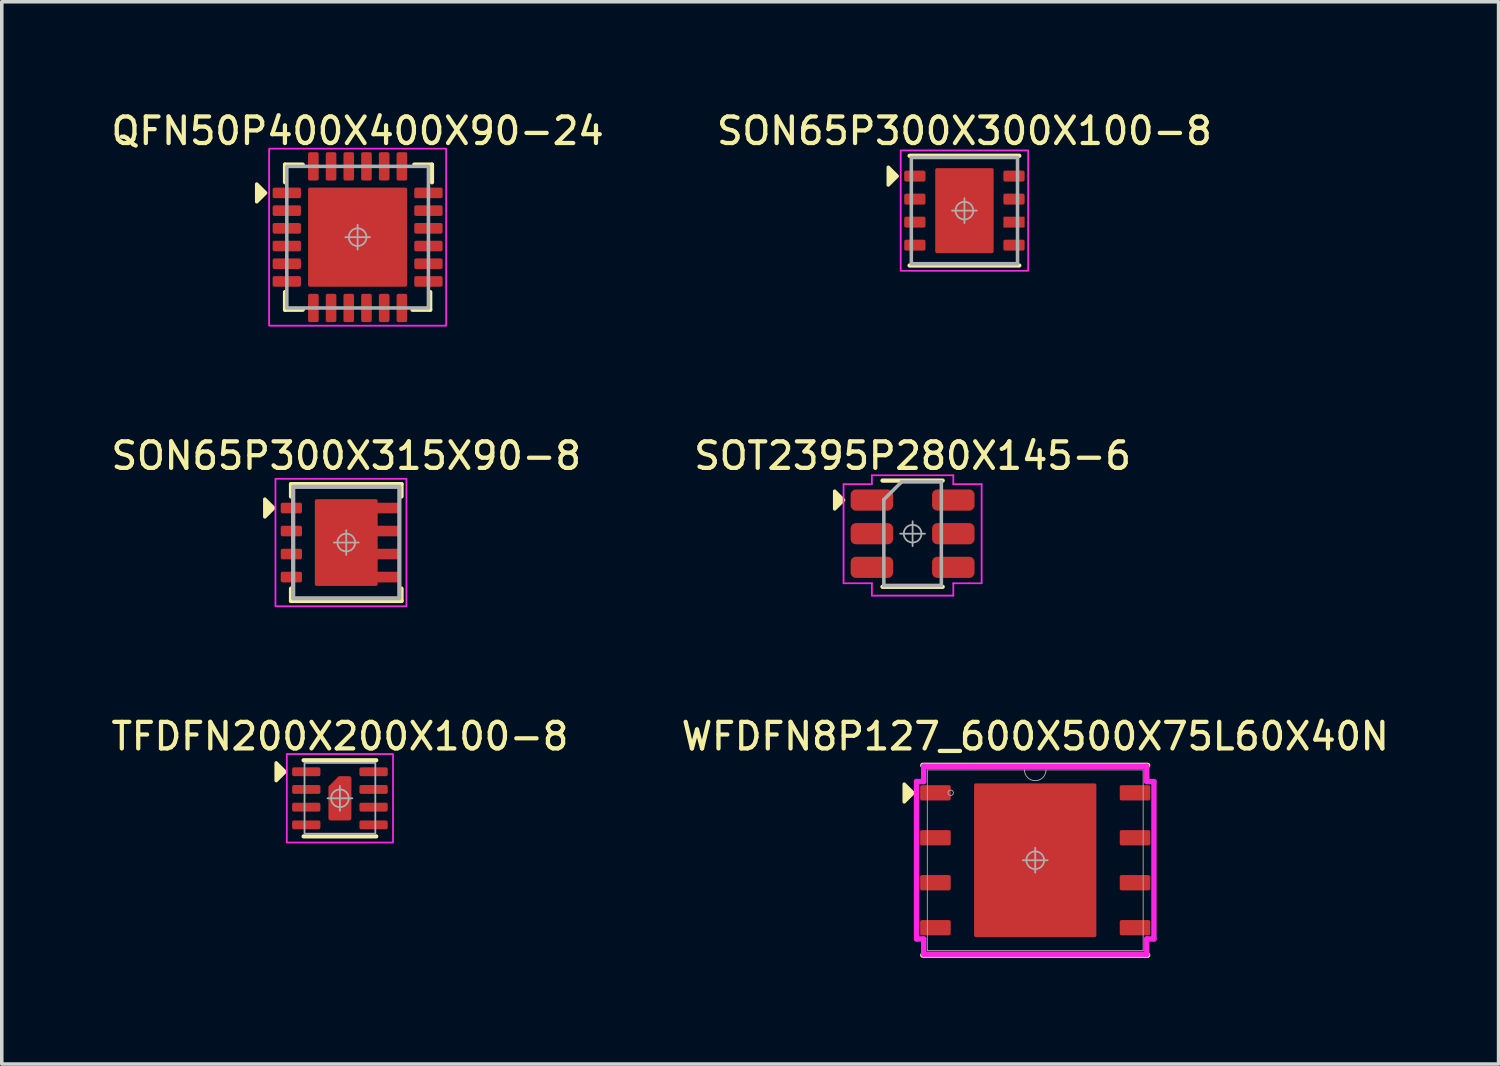
<source format=kicad_pcb>
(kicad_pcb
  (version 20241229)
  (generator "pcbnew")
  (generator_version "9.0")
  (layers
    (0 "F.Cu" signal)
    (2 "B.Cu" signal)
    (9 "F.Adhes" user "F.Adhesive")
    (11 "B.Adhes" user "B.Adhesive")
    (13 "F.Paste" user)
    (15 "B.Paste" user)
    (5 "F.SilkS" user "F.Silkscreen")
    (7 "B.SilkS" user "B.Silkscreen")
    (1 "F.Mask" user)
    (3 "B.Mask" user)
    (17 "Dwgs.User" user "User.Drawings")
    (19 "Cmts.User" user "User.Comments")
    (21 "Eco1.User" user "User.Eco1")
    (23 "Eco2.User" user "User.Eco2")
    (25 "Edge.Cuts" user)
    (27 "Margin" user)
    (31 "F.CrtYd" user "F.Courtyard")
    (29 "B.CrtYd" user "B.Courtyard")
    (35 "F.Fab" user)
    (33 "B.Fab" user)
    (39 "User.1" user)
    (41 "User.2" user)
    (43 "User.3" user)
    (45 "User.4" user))
  (footprint "SON65P300X300X100-8"
    (layer "F.Cu")
    (at 24.19 2.899)
    (property "Reference" "SON65P300X300X100-8" (at 0 -2.25 0) (unlocked yes) (layer "F.SilkS") (effects (font (size 0.75 0.75) (thickness 0.12))))
    (attr smd)
    (fp_line (start -1.55 1.55) (end 1.55 1.55) (stroke (width 0.12) (type solid)) (layer "F.SilkS"))
    (fp_line (start 1.55 -1.55) (end -1.55 -1.55) (stroke (width 0.12) (type solid)) (layer "F.SilkS"))
    (fp_poly (pts (xy -1.9 -0.975) (xy -2.15 -0.725) (xy -2.15 -1.225)) (stroke (width 0.1) (type solid)) (fill yes) (layer "F.SilkS"))
    (fp_rect (start -0.705 -1.11) (end 0.705 -0.15) (stroke (width 0.1) (type solid)) (fill yes) (layer "F.Paste"))
    (fp_rect (start -0.705 0.15) (end 0.705 1.11) (stroke (width 0.1) (type solid)) (fill yes) (layer "F.Paste"))
    (fp_rect (start -1.8 -1.7) (end 1.8 1.7) (stroke (width 0.05) (type default)) (fill no) (layer "F.CrtYd"))
    (fp_line (start 0 -0.35) (end 0 0.35) (stroke (width 0.05) (type solid)) (layer "F.Fab"))
    (fp_line (start 0.35 0) (end -0.35 0) (stroke (width 0.05) (type solid)) (layer "F.Fab"))
    (fp_rect (start -1.5 -1.5) (end 1.5 1.5) (stroke (width 0.1) (type solid)) (fill no) (layer "F.Fab"))
    (fp_circle (center 0 0) (end 0 0.25) (stroke (width 0.05) (type solid)) (fill no) (layer "F.Fab"))
    (pad "1" smd roundrect (at -1.4 -0.975) (size 0.6 0.31) (layers "F.Cu" "F.Mask" "F.Paste") (roundrect_rratio 0.161))
    (pad "2" smd roundrect (at -1.4 -0.325) (size 0.6 0.31) (layers "F.Cu" "F.Mask" "F.Paste") (roundrect_rratio 0.161))
    (pad "3" smd roundrect (at -1.4 0.325) (size 0.6 0.31) (layers "F.Cu" "F.Mask" "F.Paste") (roundrect_rratio 0.161))
    (pad "4" smd roundrect (at -1.4 0.975) (size 0.6 0.31) (layers "F.Cu" "F.Mask" "F.Paste") (roundrect_rratio 0.161))
    (pad "5" smd roundrect (at 1.4 0.975) (size 0.6 0.31) (layers "F.Cu" "F.Mask" "F.Paste") (roundrect_rratio 0.161))
    (pad "6" smd roundrect (at 1.4 0.325) (size 0.6 0.31) (layers "F.Cu" "F.Mask" "F.Paste") (roundrect_rratio 0.072))
    (pad "7" smd roundrect (at 1.4 -0.325) (size 0.6 0.31) (layers "F.Cu" "F.Mask" "F.Paste") (roundrect_rratio 0.161))
    (pad "8" smd roundrect (at 1.4 -0.975) (size 0.6 0.31) (layers "F.Cu" "F.Mask" "F.Paste") (roundrect_rratio 0.161))
    (pad "9" smd roundrect (at 0 0) (size 1.65 2.4) (layers "F.Cu" "F.Mask") (roundrect_rratio 0.03)))
  (footprint "QFN50P400X400X90-24"
    (layer "F.Cu")
    (at 7.051 3.649)
    (property "Reference" "QFN50P400X400X90-24" (at 0 -3 0) (unlocked yes) (layer "F.SilkS") (effects (font (size 0.75 0.75) (thickness 0.12))))
    (attr smd)
    (fp_line (start -2.05 -2.05) (end -2.05 -1.55) (stroke (width 0.12) (type solid)) (layer "F.SilkS"))
    (fp_line (start -2.05 -2.05) (end -1.55 -2.05) (stroke (width 0.12) (type solid)) (layer "F.SilkS"))
    (fp_line (start -2.05 2.05) (end -2.05 1.55) (stroke (width 0.12) (type solid)) (layer "F.SilkS"))
    (fp_line (start -2.05 2.05) (end -1.55 2.05) (stroke (width 0.12) (type solid)) (layer "F.SilkS"))
    (fp_line (start 2.05 2.05) (end 1.55 2.05) (stroke (width 0.12) (type solid)) (layer "F.SilkS"))
    (fp_line (start 2.05 2.05) (end 2.05 1.55) (stroke (width 0.12) (type solid)) (layer "F.SilkS"))
    (fp_line (start 2.1 -2.05) (end 1.6 -2.05) (stroke (width 0.12) (type solid)) (layer "F.SilkS"))
    (fp_line (start 2.1 -2.05) (end 2.1 -1.55) (stroke (width 0.12) (type solid)) (layer "F.SilkS"))
    (fp_poly (pts (xy -2.6 -1.25) (xy -2.85 -1) (xy -2.85 -1.5)) (stroke (width 0.1) (type solid)) (fill yes) (layer "F.SilkS"))
    (fp_rect (start -2.5 -2.5) (end 2.5 2.5) (stroke (width 0.05) (type default)) (fill no) (layer "F.CrtYd"))
    (fp_line (start 0 -0.35) (end 0 0.35) (stroke (width 0.05) (type solid)) (layer "F.Fab"))
    (fp_line (start 0.35 0) (end -0.35 0) (stroke (width 0.05) (type solid)) (layer "F.Fab"))
    (fp_rect (start -2 -2) (end 2 2) (stroke (width 0.1) (type solid)) (fill no) (layer "F.Fab"))
    (fp_circle (center 0 0) (end 0 0.25) (stroke (width 0.05) (type solid)) (fill no) (layer "F.Fab"))
    (pad "1" smd roundrect (at -2 -1.25) (size 0.8 0.3) (layers "F.Cu" "F.Mask" "F.Paste") (roundrect_rratio 0.167))
    (pad "2" smd roundrect (at -2 -0.75) (size 0.8 0.3) (layers "F.Cu" "F.Mask" "F.Paste") (roundrect_rratio 0.167))
    (pad "3" smd roundrect (at -2 -0.25) (size 0.8 0.3) (layers "F.Cu" "F.Mask" "F.Paste") (roundrect_rratio 0.167))
    (pad "4" smd roundrect (at -2 0.25) (size 0.8 0.3) (layers "F.Cu" "F.Mask" "F.Paste") (roundrect_rratio 0.167))
    (pad "5" smd roundrect (at -2 0.75) (size 0.8 0.3) (layers "F.Cu" "F.Mask" "F.Paste") (roundrect_rratio 0.167))
    (pad "6" smd roundrect (at -2 1.25) (size 0.8 0.3) (layers "F.Cu" "F.Mask" "F.Paste") (roundrect_rratio 0.167))
    (pad "7" smd roundrect (at -1.25 2 90) (size 0.8 0.3) (layers "F.Cu" "F.Mask" "F.Paste") (roundrect_rratio 0.167))
    (pad "8" smd roundrect (at -0.75 2 90) (size 0.8 0.3) (layers "F.Cu" "F.Mask" "F.Paste") (roundrect_rratio 0.167))
    (pad "9" smd roundrect (at -0.25 2 90) (size 0.8 0.3) (layers "F.Cu" "F.Mask" "F.Paste") (roundrect_rratio 0.167))
    (pad "10" smd roundrect (at 0.25 2 90) (size 0.8 0.3) (layers "F.Cu" "F.Mask" "F.Paste") (roundrect_rratio 0.167))
    (pad "11" smd roundrect (at 0.75 2 90) (size 0.8 0.3) (layers "F.Cu" "F.Mask" "F.Paste") (roundrect_rratio 0.167))
    (pad "12" smd roundrect (at 1.25 2 90) (size 0.8 0.3) (layers "F.Cu" "F.Mask" "F.Paste") (roundrect_rratio 0.167))
    (pad "13" smd roundrect (at 2 1.25) (size 0.8 0.3) (layers "F.Cu" "F.Mask" "F.Paste") (roundrect_rratio 0.167))
    (pad "14" smd roundrect (at 2 0.75) (size 0.8 0.3) (layers "F.Cu" "F.Mask" "F.Paste") (roundrect_rratio 0.167))
    (pad "15" smd roundrect (at 2 0.25) (size 0.8 0.3) (layers "F.Cu" "F.Mask" "F.Paste") (roundrect_rratio 0.167))
    (pad "16" smd roundrect (at 2 -0.25) (size 0.8 0.3) (layers "F.Cu" "F.Mask" "F.Paste") (roundrect_rratio 0.167))
    (pad "17" smd roundrect (at 2 -0.75) (size 0.8 0.3) (layers "F.Cu" "F.Mask" "F.Paste") (roundrect_rratio 0.167))
    (pad "18" smd roundrect (at 2 -1.25) (size 0.8 0.3) (layers "F.Cu" "F.Mask" "F.Paste") (roundrect_rratio 0.167))
    (pad "19" smd roundrect (at 1.25 -2 90) (size 0.8 0.3) (layers "F.Cu" "F.Mask" "F.Paste") (roundrect_rratio 0.167))
    (pad "20" smd roundrect (at 0.75 -2 90) (size 0.8 0.3) (layers "F.Cu" "F.Mask" "F.Paste") (roundrect_rratio 0.167))
    (pad "21" smd roundrect (at 0.25 -2 90) (size 0.8 0.3) (layers "F.Cu" "F.Mask" "F.Paste") (roundrect_rratio 0.167))
    (pad "22" smd roundrect (at -0.25 -2 90) (size 0.8 0.3) (layers "F.Cu" "F.Mask" "F.Paste") (roundrect_rratio 0.167))
    (pad "23" smd roundrect (at -0.75 -2 90) (size 0.8 0.3) (layers "F.Cu" "F.Mask" "F.Paste") (roundrect_rratio 0.167))
    (pad "24" smd roundrect (at -1.25 -2 90) (size 0.8 0.3) (layers "F.Cu" "F.Mask" "F.Paste") (roundrect_rratio 0.167))
    (pad "25" smd roundrect (at 0 0) (size 2.8 2.8) (layers "F.Cu" "F.Mask" "F.Paste") (roundrect_rratio 0.018)))
  (footprint "SON65P300X315X90-8"
    (layer "F.Cu")
    (at 6.73 12.274)
    (property "Reference" "SON65P300X315X90-8" (at 0 -2.45 0) (unlocked yes) (layer "F.SilkS") (effects (font (size 0.75 0.75) (thickness 0.12))))
    (attr smd)
    (fp_line (start -1.56 -1.65) (end -1.56 -1.3) (stroke (width 0.12) (type default)) (layer "F.SilkS"))
    (fp_line (start -1.56 1.65) (end -1.56 1.3) (stroke (width 0.12) (type default)) (layer "F.SilkS"))
    (fp_line (start -1.56 1.65) (end 1.56 1.65) (stroke (width 0.12) (type default)) (layer "F.SilkS"))
    (fp_line (start 1.56 -1.65) (end -1.56 -1.65) (stroke (width 0.12) (type default)) (layer "F.SilkS"))
    (fp_line (start 1.56 -1.65) (end 1.56 -1.3) (stroke (width 0.12) (type default)) (layer "F.SilkS"))
    (fp_line (start 1.56 1.65) (end 1.56 1.3) (stroke (width 0.12) (type default)) (layer "F.SilkS"))
    (fp_poly (pts (xy -2.05 -0.975) (xy -2.3 -0.725) (xy -2.3 -1.225)) (stroke (width 0.1) (type solid)) (fill yes) (layer "F.SilkS"))
    (fp_rect (start -0.838 -1.175) (end -0.233 -0.15) (stroke (width 0.1) (type solid)) (fill yes) (layer "F.Paste"))
    (fp_rect (start -0.838 0.15) (end -0.233 1.175) (stroke (width 0.1) (type solid)) (fill yes) (layer "F.Paste"))
    (fp_rect (start 0.068 -1.175) (end 0.672 -0.15) (stroke (width 0.1) (type solid)) (fill yes) (layer "F.Paste"))
    (fp_rect (start 0.068 0.15) (end 0.672 1.175) (stroke (width 0.1) (type solid)) (fill yes) (layer "F.Paste"))
    (fp_rect (start 0.973 -1.075) (end 1.472 -0.875) (stroke (width 0.1) (type solid)) (fill yes) (layer "F.Paste"))
    (fp_rect (start 0.973 -0.425) (end 1.472 -0.225) (stroke (width 0.1) (type solid)) (fill yes) (layer "F.Paste"))
    (fp_rect (start 0.973 0.225) (end 1.472 0.425) (stroke (width 0.1) (type solid)) (fill yes) (layer "F.Paste"))
    (fp_rect (start 0.973 0.875) (end 1.472 1.075) (stroke (width 0.1) (type solid)) (fill yes) (layer "F.Paste"))
    (fp_rect (start -2 -1.8) (end 1.7 1.8) (stroke (width 0.05) (type default)) (fill no) (layer "F.CrtYd"))
    (fp_line (start 0 -0.35) (end 0 0.35) (stroke (width 0.05) (type solid)) (layer "F.Fab"))
    (fp_line (start 0.35 0) (end -0.35 0) (stroke (width 0.05) (type solid)) (layer "F.Fab"))
    (fp_rect (start -1.5 -1.575) (end 1.5 1.575) (stroke (width 0.12) (type solid)) (fill no) (layer "F.Fab"))
    (fp_circle (center 0 0) (end 0 0.25) (stroke (width 0.05) (type solid)) (fill no) (layer "F.Fab"))
    (pad "1" smd roundrect (at -1.55 -0.975) (size 0.6 0.3) (layers "F.Cu" "F.Mask" "F.Paste") (roundrect_rratio 0.167))
    (pad "2" smd roundrect (at -1.55 -0.325) (size 0.6 0.3) (layers "F.Cu" "F.Mask" "F.Paste") (roundrect_rratio 0.167))
    (pad "3" smd roundrect (at -1.55 0.325) (size 0.6 0.3) (layers "F.Cu" "F.Mask" "F.Paste") (roundrect_rratio 0.167))
    (pad "4" smd roundrect (at -1.55 0.975) (size 0.6 0.3) (layers "F.Cu" "F.Mask" "F.Paste") (roundrect_rratio 0.167))
    (pad "5" smd roundrect (at 1.185 0.975) (size 0.675 0.3) (layers "F.Cu" "F.Mask") (roundrect_rratio 0.167))
    (pad "6" smd roundrect (at 1.185 0.325) (size 0.675 0.3) (layers "F.Cu" "F.Mask") (roundrect_rratio 0.167))
    (pad "7" smd roundrect (at 1.185 -0.325) (size 0.675 0.3) (layers "F.Cu" "F.Mask") (roundrect_rratio 0.167))
    (pad "8" smd roundrect (at 1.185 -0.975) (size 0.675 0.3) (layers "F.Cu" "F.Mask") (roundrect_rratio 0.167))
    (pad "9" smd roundrect (at 0 0) (size 1.775 2.45) (layers "F.Cu" "F.Mask") (roundrect_rratio 0.028)))
  (footprint "SOT2395P280X145-6"
    (layer "F.Cu")
    (at 22.726 12.024)
    (property "Reference" "SOT2395P280X145-6" (at 0 -2.2 0) (layer "F.SilkS") (effects (font (size 0.75 0.75) (thickness 0.12))))
    (attr smd)
    (fp_line (start -0.85 -1.5) (end 0.85 -1.5) (stroke (width 0.12) (type solid)) (layer "F.SilkS"))
    (fp_line (start 0.85 1.5) (end -0.85 1.5) (stroke (width 0.12) (type solid)) (layer "F.SilkS"))
    (fp_poly (pts (xy -1.95 -0.95) (xy -2.2 -0.7) (xy -2.2 -1.2)) (stroke (width 0.1) (type solid)) (fill yes) (layer "F.SilkS"))
    (fp_line (start -1.95 -1.4) (end -1.95 1.4) (stroke (width 0.05) (type solid)) (layer "F.CrtYd"))
    (fp_line (start -1.95 1.4) (end -1.15 1.4) (stroke (width 0.05) (type solid)) (layer "F.CrtYd"))
    (fp_line (start -1.15 -1.65) (end -1.15 -1.4) (stroke (width 0.05) (type solid)) (layer "F.CrtYd"))
    (fp_line (start -1.15 -1.4) (end -1.95 -1.4) (stroke (width 0.05) (type solid)) (layer "F.CrtYd"))
    (fp_line (start -1.15 1.4) (end -1.15 1.75) (stroke (width 0.05) (type solid)) (layer "F.CrtYd"))
    (fp_line (start -1.15 1.75) (end 1.15 1.75) (stroke (width 0.05) (type solid)) (layer "F.CrtYd"))
    (fp_line (start 1.15 -1.65) (end -1.15 -1.65) (stroke (width 0.05) (type solid)) (layer "F.CrtYd"))
    (fp_line (start 1.15 -1.4) (end 1.15 -1.65) (stroke (width 0.05) (type solid)) (layer "F.CrtYd"))
    (fp_line (start 1.15 1.4) (end 1.95 1.4) (stroke (width 0.05) (type solid)) (layer "F.CrtYd"))
    (fp_line (start 1.15 1.75) (end 1.15 1.4) (stroke (width 0.05) (type solid)) (layer "F.CrtYd"))
    (fp_line (start 1.95 -1.4) (end 1.15 -1.4) (stroke (width 0.05) (type solid)) (layer "F.CrtYd"))
    (fp_line (start 1.95 -1.4) (end 1.95 1.4) (stroke (width 0.05) (type solid)) (layer "F.CrtYd"))
    (fp_line (start -0.812 -0.963) (end -0.312 -1.462) (stroke (width 0.1) (type solid)) (layer "F.Fab"))
    (fp_line (start -0.812 1.462) (end -0.812 -0.963) (stroke (width 0.1) (type solid)) (layer "F.Fab"))
    (fp_line (start -0.312 -1.462) (end 0.812 -1.462) (stroke (width 0.1) (type solid)) (layer "F.Fab"))
    (fp_line (start 0 -0.35) (end 0 0.35) (stroke (width 0.05) (type solid)) (layer "F.Fab"))
    (fp_line (start 0.35 0) (end -0.35 0) (stroke (width 0.05) (type solid)) (layer "F.Fab"))
    (fp_line (start 0.812 -1.462) (end 0.812 1.462) (stroke (width 0.1) (type solid)) (layer "F.Fab"))
    (fp_line (start 0.812 1.462) (end -0.812 1.462) (stroke (width 0.1) (type solid)) (layer "F.Fab"))
    (fp_circle (center 0 0) (end 0 0.25) (stroke (width 0.05) (type solid)) (fill no) (layer "F.Fab"))
    (pad "1" smd roundrect (at -1.15 -0.95) (size 1.2 0.6) (layers "F.Cu" "F.Mask" "F.Paste") (roundrect_rratio 0.25))
    (pad "2" smd roundrect (at -1.15 0) (size 1.2 0.6) (layers "F.Cu" "F.Mask" "F.Paste") (roundrect_rratio 0.25))
    (pad "3" smd roundrect (at -1.15 0.95) (size 1.2 0.6) (layers "F.Cu" "F.Mask" "F.Paste") (roundrect_rratio 0.25))
    (pad "4" smd roundrect (at 1.15 0.95) (size 1.2 0.6) (layers "F.Cu" "F.Mask" "F.Paste") (roundrect_rratio 0.25))
    (pad "5" smd roundrect (at 1.15 0) (size 1.2 0.6) (layers "F.Cu" "F.Mask" "F.Paste") (roundrect_rratio 0.25))
    (pad "6" smd roundrect (at 1.15 -0.95) (size 1.2 0.6) (layers "F.Cu" "F.Mask" "F.Paste") (roundrect_rratio 0.25)))
  (footprint "TFDFN200X200X100-8"
    (layer "F.Cu")
    (at 6.551 19.498)
    (property "Reference" "TFDFN200X200X100-8" (at 0 -1.75 0) (unlocked yes) (layer "F.SilkS") (effects (font (size 0.75 0.75) (thickness 0.12))))
    (attr smd)
    (fp_line (start 1.025 -1.075) (end -1.025 -1.075) (stroke (width 0.12) (type solid)) (layer "F.SilkS"))
    (fp_line (start 1.025 1.075) (end -1.025 1.075) (stroke (width 0.12) (type solid)) (layer "F.SilkS"))
    (fp_poly (pts (xy -1.55 -0.75) (xy -1.8 -0.5) (xy -1.8 -1)) (stroke (width 0.1) (type solid)) (fill yes) (layer "F.SilkS"))
    (fp_rect (start -1.5 -1.25) (end 1.5 1.25) (stroke (width 0.05) (type default)) (fill no) (layer "F.CrtYd"))
    (fp_line (start 0 -0.35) (end 0 0.35) (stroke (width 0.05) (type solid)) (layer "F.Fab"))
    (fp_line (start 0.35 0) (end -0.35 0) (stroke (width 0.05) (type solid)) (layer "F.Fab"))
    (fp_rect (start -1 -1) (end 1 1) (stroke (width 0.05) (type solid)) (fill no) (layer "F.Fab"))
    (fp_circle (center 0 0) (end 0 0.25) (stroke (width 0.05) (type solid)) (fill no) (layer "F.Fab"))
    (pad "1" smd roundrect (at -0.95 -0.75) (size 0.8 0.25) (layers "F.Cu" "F.Mask" "F.Paste") (roundrect_rratio 0.2))
    (pad "2" smd roundrect (at -0.95 -0.25) (size 0.8 0.25) (layers "F.Cu" "F.Mask" "F.Paste") (roundrect_rratio 0.2))
    (pad "3" smd roundrect (at -0.95 0.25) (size 0.8 0.25) (layers "F.Cu" "F.Mask" "F.Paste") (roundrect_rratio 0.2))
    (pad "4" smd roundrect (at -0.95 0.75) (size 0.8 0.25) (layers "F.Cu" "F.Mask" "F.Paste") (roundrect_rratio 0.2))
    (pad "5" smd roundrect (at 0.95 0.75) (size 0.8 0.25) (layers "F.Cu" "F.Mask" "F.Paste") (roundrect_rratio 0.2))
    (pad "6" smd roundrect (at 0.95 0.25) (size 0.8 0.25) (layers "F.Cu" "F.Mask" "F.Paste") (roundrect_rratio 0.2))
    (pad "7" smd roundrect (at 0.95 -0.25) (size 0.8 0.25) (layers "F.Cu" "F.Mask" "F.Paste") (roundrect_rratio 0.2))
    (pad "8" smd roundrect (at 0.95 -0.75) (size 0.8 0.25) (layers "F.Cu" "F.Mask" "F.Paste") (roundrect_rratio 0.2))
    (pad "9" smd roundrect (at 0 0) (size 0.65 1.25) (layers "F.Cu" "F.Mask" "F.Paste") (roundrect_rratio 0.1) (chamfer_ratio 0.45) (chamfer top_left)))
  (footprint "WFDFN8P127_600X500X75L60X40N"
    (layer "F.Cu")
    (at 26.19 21.248)
    (property "Reference" "WFDFN8P127_600X500X75L60X40N" (at 0 -3.5 0) (unlocked yes) (layer "F.SilkS") (effects (font (size 0.75 0.75) (thickness 0.12))))
    (attr smd)
    (fp_line (start -3.175 2.68) (end 3.175 2.68) (stroke (width 0.152) (type solid)) (layer "F.SilkS"))
    (fp_line (start 3.175 -2.68) (end -3.175 -2.68) (stroke (width 0.152) (type solid)) (layer "F.SilkS"))
    (fp_poly (pts (xy -3.45 -1.9) (xy -3.7 -1.65) (xy -3.7 -2.15)) (stroke (width 0.1) (type solid)) (fill yes) (layer "F.SilkS"))
    (fp_poly (pts (xy -1.627 -2.072) (xy -1.627 -0.824) (xy -0.1 -0.824) (xy -0.1 -2.072)) (stroke (width 0) (type solid)) (fill yes) (layer "F.Paste"))
    (fp_poly (pts (xy -1.627 -0.624) (xy -1.627 0.624) (xy -0.1 0.624) (xy -0.1 -0.624)) (stroke (width 0) (type solid)) (fill yes) (layer "F.Paste"))
    (fp_poly (pts (xy -1.627 0.824) (xy -1.627 2.072) (xy -0.1 2.072) (xy -0.1 0.824)) (stroke (width 0) (type solid)) (fill yes) (layer "F.Paste"))
    (fp_poly (pts (xy 0.1 -2.072) (xy 0.1 -0.824) (xy 1.627 -0.824) (xy 1.627 -2.072)) (stroke (width 0) (type solid)) (fill yes) (layer "F.Paste"))
    (fp_poly (pts (xy 0.1 -0.624) (xy 0.1 0.624) (xy 1.627 0.624) (xy 1.627 -0.624)) (stroke (width 0) (type solid)) (fill yes) (layer "F.Paste"))
    (fp_poly (pts (xy 0.1 0.824) (xy 0.1 2.072) (xy 1.627 2.072) (xy 1.627 0.824)) (stroke (width 0) (type solid)) (fill yes) (layer "F.Paste"))
    (fp_line (start -3.353 -2.223) (end -3.15 -2.223) (stroke (width 0.152) (type solid)) (layer "F.CrtYd"))
    (fp_line (start -3.353 2.223) (end -3.353 -2.223) (stroke (width 0.152) (type solid)) (layer "F.CrtYd"))
    (fp_line (start -3.353 2.223) (end -3.15 2.223) (stroke (width 0.152) (type solid)) (layer "F.CrtYd"))
    (fp_line (start -3.15 -2.654) (end 3.15 -2.654) (stroke (width 0.152) (type solid)) (layer "F.CrtYd"))
    (fp_line (start -3.15 -2.223) (end -3.15 -2.654) (stroke (width 0.152) (type solid)) (layer "F.CrtYd"))
    (fp_line (start -3.15 2.654) (end -3.15 2.223) (stroke (width 0.152) (type solid)) (layer "F.CrtYd"))
    (fp_line (start 3.15 -2.654) (end 3.15 -2.223) (stroke (width 0.152) (type solid)) (layer "F.CrtYd"))
    (fp_line (start 3.15 2.223) (end 3.15 2.654) (stroke (width 0.152) (type solid)) (layer "F.CrtYd"))
    (fp_line (start 3.15 2.654) (end -3.15 2.654) (stroke (width 0.152) (type solid)) (layer "F.CrtYd"))
    (fp_line (start 3.353 -2.223) (end 3.15 -2.223) (stroke (width 0.152) (type solid)) (layer "F.CrtYd"))
    (fp_line (start 3.353 -2.223) (end 3.353 2.223) (stroke (width 0.152) (type solid)) (layer "F.CrtYd"))
    (fp_line (start 3.353 2.223) (end 3.15 2.223) (stroke (width 0.152) (type solid)) (layer "F.CrtYd"))
    (fp_line (start -3.048 -2.553) (end -3.048 2.553) (stroke (width 0.025) (type solid)) (layer "F.Fab"))
    (fp_line (start -3.048 2.553) (end 3.048 2.553) (stroke (width 0.025) (type solid)) (layer "F.Fab"))
    (fp_line (start 0 -0.35) (end 0 0.35) (stroke (width 0.05) (type solid)) (layer "F.Fab"))
    (fp_line (start 0.35 0) (end -0.35 0) (stroke (width 0.05) (type solid)) (layer "F.Fab"))
    (fp_line (start 3.048 -2.553) (end -3.048 -2.553) (stroke (width 0.025) (type solid)) (layer "F.Fab"))
    (fp_line (start 3.048 2.553) (end 3.048 -2.553) (stroke (width 0.025) (type solid)) (layer "F.Fab"))
    (fp_arc (start 0.3048 -2.5527) (mid 0 -2.2479) (end -0.3048 -2.5527) (stroke (width 0.0254) (type solid)) (layer "F.Fab"))
    (fp_circle (center -2.388 -1.905) (end -2.311 -1.905) (stroke (width 0.025) (type solid)) (fill no) (layer "F.Fab"))
    (fp_circle (center 0 0) (end 0 0.25) (stroke (width 0.05) (type solid)) (fill no) (layer "F.Fab"))
    (pad "1" smd roundrect (at -2.819 -1.905) (size 0.864 0.432) (layers "F.Cu" "F.Mask" "F.Paste") (roundrect_rratio 0.116))
    (pad "2" smd roundrect (at -2.819 -0.635) (size 0.864 0.432) (layers "F.Cu" "F.Mask" "F.Paste") (roundrect_rratio 0.116))
    (pad "3" smd roundrect (at -2.819 0.635) (size 0.864 0.432) (layers "F.Cu" "F.Mask" "F.Paste") (roundrect_rratio 0.116))
    (pad "4" smd roundrect (at -2.819 1.905) (size 0.864 0.432) (layers "F.Cu" "F.Mask" "F.Paste") (roundrect_rratio 0.116))
    (pad "5" smd roundrect (at 2.819 1.905) (size 0.864 0.432) (layers "F.Cu" "F.Mask" "F.Paste") (roundrect_rratio 0.116))
    (pad "6" smd roundrect (at 2.819 0.635) (size 0.864 0.432) (layers "F.Cu" "F.Mask" "F.Paste") (roundrect_rratio 0.116))
    (pad "7" smd roundrect (at 2.819 -0.635) (size 0.864 0.432) (layers "F.Cu" "F.Mask" "F.Paste") (roundrect_rratio 0.116))
    (pad "8" smd roundrect (at 2.819 -1.905) (size 0.864 0.432) (layers "F.Cu" "F.Mask" "F.Paste") (roundrect_rratio 0.116))
    (pad "9" smd roundrect (at 0 0) (size 3.454 4.343) (layers "F.Cu" "F.Mask") (roundrect_rratio 0.014)))
  (gr_rect
    (start -3 -3)
    (end 39.277 27.004)
    (stroke (width 0.1) (type default))
    (fill no)
    (layer "Edge.Cuts")))
</source>
